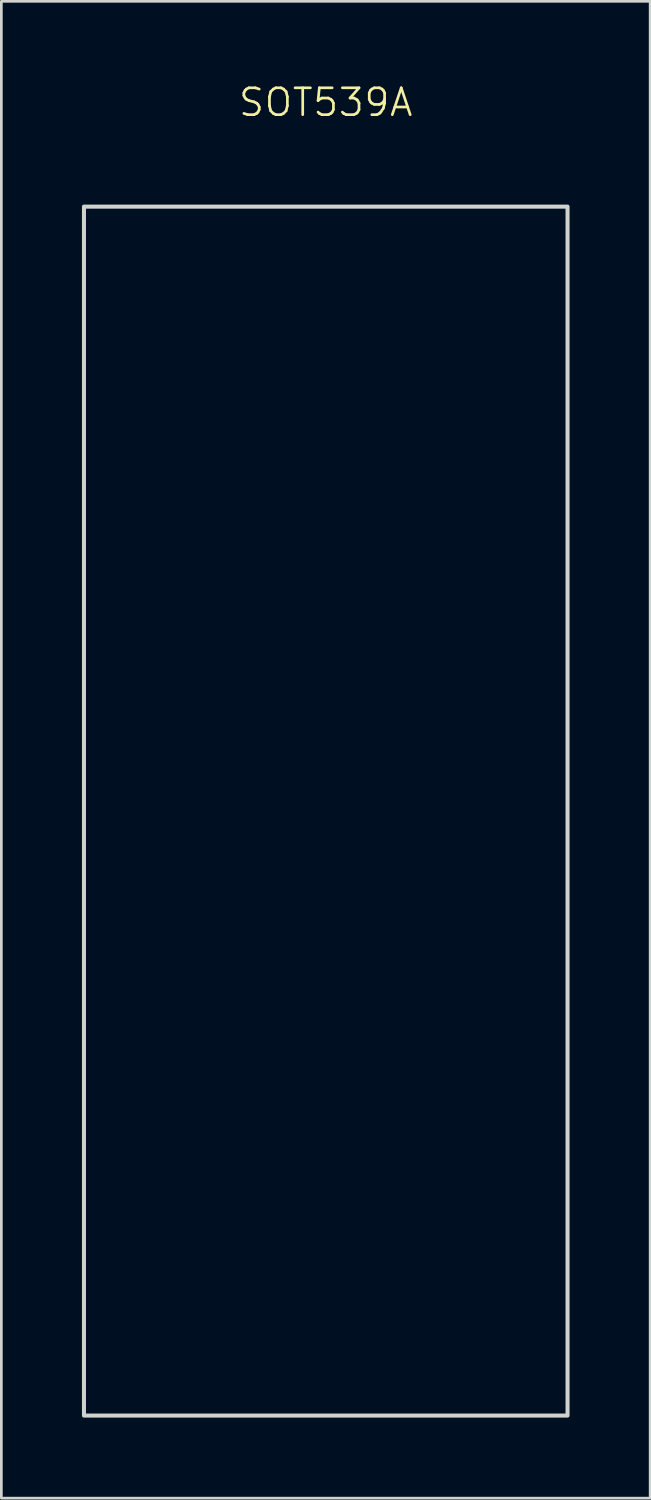
<source format=kicad_pcb>
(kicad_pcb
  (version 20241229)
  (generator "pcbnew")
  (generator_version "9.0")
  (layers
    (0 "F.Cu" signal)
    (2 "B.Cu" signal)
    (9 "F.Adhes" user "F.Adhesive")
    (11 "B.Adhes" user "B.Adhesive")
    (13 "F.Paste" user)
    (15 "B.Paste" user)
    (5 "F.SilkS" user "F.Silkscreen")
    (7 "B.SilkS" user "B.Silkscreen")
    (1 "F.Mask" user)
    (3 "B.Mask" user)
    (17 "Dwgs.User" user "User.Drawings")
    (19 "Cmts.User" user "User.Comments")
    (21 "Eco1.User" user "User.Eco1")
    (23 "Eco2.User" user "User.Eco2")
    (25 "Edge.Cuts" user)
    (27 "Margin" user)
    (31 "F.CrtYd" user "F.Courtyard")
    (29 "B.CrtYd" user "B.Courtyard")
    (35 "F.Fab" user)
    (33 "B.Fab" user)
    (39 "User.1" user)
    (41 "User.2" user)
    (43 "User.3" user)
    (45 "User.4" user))
  (footprint "SOT539A"
    (layer "F.Cu")
    (at 9.075 13.261)
    (property "Reference" "SOT539A" (at 0 -12.5 0) (unlocked yes) (layer "F.SilkS") (effects (font (size 1 1) (thickness 0.1))))
    (attr smd)
    (fp_rect (start -9 -8.62) (end 9 36.38) (stroke (width 0.15) (type default)) (fill no) (layer "Edge.Cuts")))
  (gr_rect
    (start -3 -3)
    (end 21.15 52.715)
    (stroke (width 0.1) (type default))
    (fill no)
    (layer "Edge.Cuts")))
</source>
